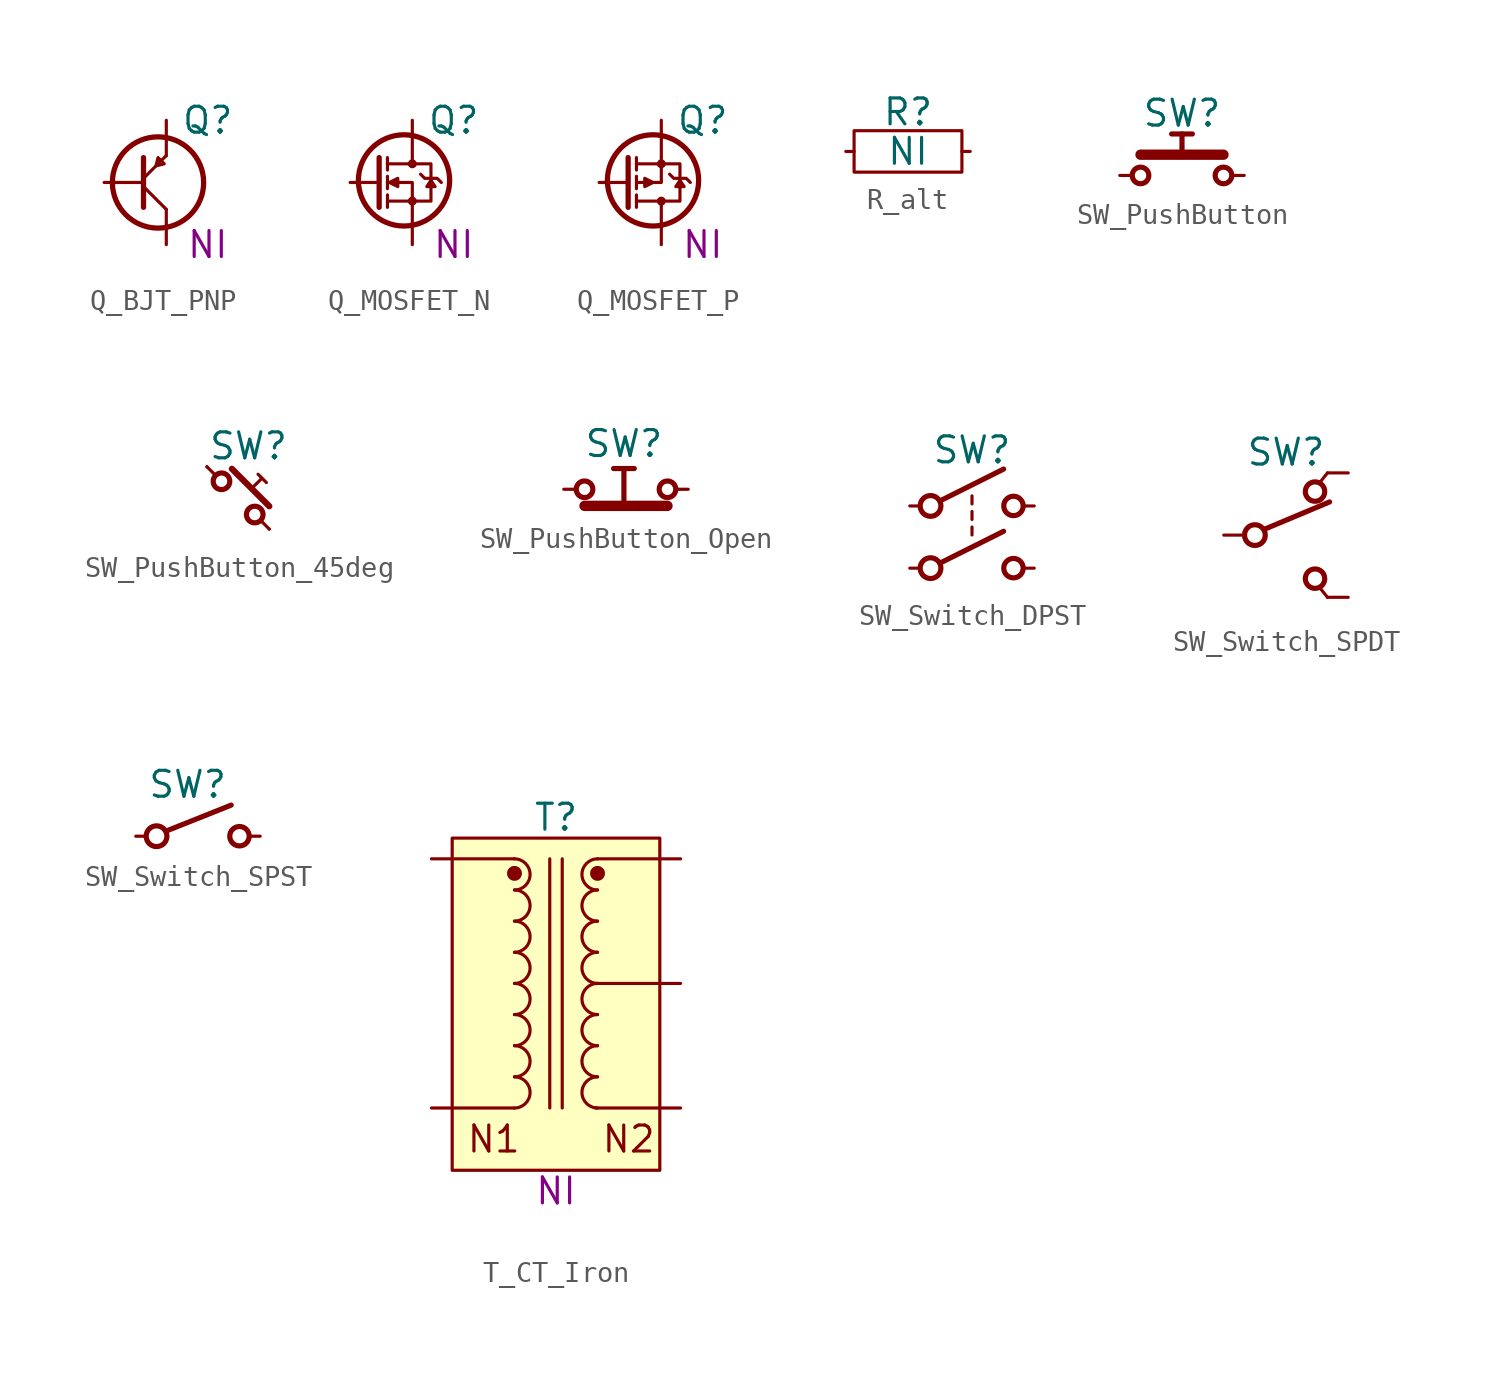
<source format=kicad_sym>
(kicad_symbol_lib
  (version 20241209)
  (generator "kicad_symbol_editor")
  (generator_version "9.0")
  (symbol "Q_BJT_PNP"
    (pin_numbers
      (hide yes))
    (pin_names
      (offset 0)
      (hide yes))
    (property "Reference" "Q"
      (at 5 3 0)
      (do_not_autoplace)
      (effects (font (size 1.25 1.25))))
    (property "Part#" "NI"
      (at 5 -3 0)
      (do_not_autoplace)
      (effects (font (size 1.25 1.25))))
    (symbol "Q_BJT_PNP_0_1"
      (polyline (pts (xy 1.9 0.2) (xy 3 1.3)) (stroke (width 0) (type default)) (fill (type none)))
      (polyline (pts (xy 1.9 -0.2) (xy 3 -1.3)) (stroke (width 0) (type default)) (fill (type none)))
      (polyline (pts (xy 1.9 -1.2) (xy 1.9 1.2)) (stroke (width 0.254) (type default)) (fill (type none)))
      (circle (center 2.6 0) (radius 2.202) (stroke (width 0.254) (type default)) (fill (type none)))
      (polyline (pts (xy 2.9 0.9) (xy 2.6 1.2) (xy 2.5 0.8) (xy 2.9 0.9)) (stroke (width 0) (type default)) (fill (type outline))))
    (symbol "Q_BJT_PNP_1_1"
      (pin input line (at 0 0 0) (length 1.9) (name "B" (effects (font (size 1.25 1.25)))) (number "B" (effects (font (size 1.25 1.25)))))
      (pin passive line (at 3 3 270) (length 1.7) (name "E" (effects (font (size 1.25 1.25)))) (number "E" (effects (font (size 1.25 1.25)))))
      (pin passive line (at 3 -3 90) (length 1.7) (name "C" (effects (font (size 1.25 1.25)))) (number "C" (effects (font (size 1.25 1.25)))))))
  (symbol "Q_MOSFET_N"
    (pin_numbers
      (hide yes))
    (pin_names
      (offset 0)
      (hide yes))
    (property "Reference" "Q"
      (at 5 3 0)
      (do_not_autoplace)
      (effects (font (size 1.25 1.25))))
    (property "Part#" "NI"
      (at 5 -3 0)
      (do_not_autoplace)
      (effects (font (size 1.25 1.25))))
    (symbol "Q_MOSFET_N_0_1"
      (polyline (pts (xy 1.4 1.2) (xy 1.4 -1.2)) (stroke (width 0.254) (type default)) (fill (type none)))
      (polyline (pts (xy 1.8 -0.9) (xy 3.9 -0.9) (xy 3.9 0.9) (xy 1.8 0.9)) (stroke (width 0) (type default)) (fill (type none)))
      (polyline (pts (xy 1.9 0) (xy 2.3 0.2) (xy 2.3 -0.2) (xy 1.9 0)) (stroke (width 0) (type default)) (fill (type outline)))
      (circle (center 2.6 0.1) (radius 2.202) (stroke (width 0.254) (type default)) (fill (type none)))
      (circle (center 3 0.9) (radius 0.141) (stroke (width 0) (type default)) (fill (type outline)))
      (polyline (pts (xy 3 -0.9) (xy 3 0) (xy 1.8 0)) (stroke (width 0) (type default)) (fill (type none)))
      (circle (center 3 -0.9) (radius 0.141) (stroke (width 0) (type default)) (fill (type outline)))
      (polyline (pts (xy 3.4 0.4) (xy 3.6 0.2) (xy 4.2 0.2) (xy 4.4 0)) (stroke (width 0) (type default)) (fill (type none))))
    (symbol "Q_MOSFET_N_1_1"
      (polyline (pts (xy 1.8 1.2) (xy 1.8 0.6)) (stroke (width 0) (type default)) (fill (type none)))
      (polyline (pts (xy 1.8 0.3) (xy 1.8 -0.3)) (stroke (width 0) (type default)) (fill (type none)))
      (polyline (pts (xy 1.8 -0.6) (xy 1.8 -1.2)) (stroke (width 0) (type default)) (fill (type none)))
      (polyline (pts (xy 3.9 0.1) (xy 3.7 -0.2) (xy 4.1 -0.2) (xy 3.9 0.1)) (stroke (width 0) (type default)) (fill (type outline)))
      (pin input line (at 0 0 0) (length 1.4) (name "G" (effects (font (size 1.25 1.25)))) (number "G" (effects (font (size 1.25 1.25)))))
      (pin passive line (at 3 3 270) (length 2.1) (name "D" (effects (font (size 1.25 1.25)))) (number "D" (effects (font (size 1.25 1.25)))))
      (pin passive line (at 3 -3 90) (length 2.1) (name "S" (effects (font (size 1.25 1.25)))) (number "S" (effects (font (size 1.25 1.25)))))))
  (symbol "Q_MOSFET_P"
    (pin_numbers
      (hide yes))
    (pin_names
      (offset 0)
      (hide yes))
    (property "Reference" "Q"
      (at 5 3 0)
      (do_not_autoplace)
      (effects (font (size 1.25 1.25))))
    (property "Part#" "NI"
      (at 5 -3 0)
      (do_not_autoplace)
      (effects (font (size 1.25 1.25))))
    (symbol "Q_MOSFET_P_0_1"
      (polyline (pts (xy 1.4 1.2) (xy 1.4 -1.2)) (stroke (width 0.254) (type default)) (fill (type none)))
      (polyline (pts (xy 1.8 -0.9) (xy 3.9 -0.9) (xy 3.9 0.9) (xy 1.8 0.9)) (stroke (width 0) (type default)) (fill (type none)))
      (circle (center 2.6 0.1) (radius 2.202) (stroke (width 0.254) (type default)) (fill (type none)))
      (polyline (pts (xy 2.6 0) (xy 2.2 0.2) (xy 2.2 -0.2) (xy 2.6 0)) (stroke (width 0) (type default)) (fill (type outline)))
      (polyline (pts (xy 3 0.9) (xy 3 0) (xy 1.8 0)) (stroke (width 0) (type default)) (fill (type none)))
      (circle (center 3 0.9) (radius 0.141) (stroke (width 0) (type default)) (fill (type outline)))
      (circle (center 3 -0.9) (radius 0.141) (stroke (width 0) (type default)) (fill (type outline)))
      (polyline (pts (xy 3.4 0.4) (xy 3.6 0.2) (xy 4.2 0.2) (xy 4.4 0)) (stroke (width 0) (type default)) (fill (type none))))
    (symbol "Q_MOSFET_P_1_1"
      (polyline (pts (xy 1.8 1.2) (xy 1.8 0.6)) (stroke (width 0) (type default)) (fill (type none)))
      (polyline (pts (xy 1.8 0.3) (xy 1.8 -0.3)) (stroke (width 0) (type default)) (fill (type none)))
      (polyline (pts (xy 1.8 -0.6) (xy 1.8 -1.2)) (stroke (width 0) (type default)) (fill (type none)))
      (polyline (pts (xy 3.9 0.1) (xy 3.7 -0.2) (xy 4.1 -0.2) (xy 3.9 0.1)) (stroke (width 0) (type default)) (fill (type outline)))
      (pin input line (at 0 0 0) (length 1.4) (name "G" (effects (font (size 1.25 1.25)))) (number "G" (effects (font (size 1.25 1.25)))))
      (pin passive line (at 3 3 270) (length 2.1) (name "S" (effects (font (size 1.25 1.25)))) (number "S" (effects (font (size 1.25 1.25)))))
      (pin passive line (at 3 -3 90) (length 2.1) (name "D" (effects (font (size 1.25 1.25)))) (number "D" (effects (font (size 1.25 1.25)))))))
  (symbol "R_alt"
    (pin_numbers
      (hide yes))
    (pin_names
      (offset 0)
      (hide yes))
    (property "Reference" "R"
      (at 3 1.9 0)
      (do_not_autoplace)
      (effects (font (size 1.25 1.25))))
    (property "Value" "NI"
      (at 3 0 0)
      (do_not_autoplace)
      (effects (font (size 1.25 1.25))))
    (symbol "R_alt_0_0"
      (rectangle (start 0.4 1) (end 5.6 -1) (stroke (width 0) (type default)) (fill (type none))))
    (symbol "R_alt_1_1"
      (pin passive line (at 0 0 0) (length 0.4) (name "1" (effects (font (size 1.25 1.25)))) (number "1" (effects (font (size 1.25 1.25)))))
      (pin passive line (at 6 0 180) (length 0.4) (name "1" (effects (font (size 1.25 1.25)))) (number "2" (effects (font (size 1.25 1.25)))))))
  (symbol "SW_PushButton"
    (pin_numbers
      (hide yes))
    (pin_names
      (offset 0)
      (hide yes))
    (property "Reference" "SW"
      (at 3 3 0)
      (do_not_autoplace)
      (effects (font (size 1.25 1.25))))
    (symbol "SW_PushButton_1_1"
      (circle (center 1 0) (radius 0.4) (stroke (width 0.25) (type default)) (fill (type none)))
      (polyline (pts (xy 3 1) (xy 3 2)) (stroke (width 0.25) (type default)) (fill (type none)))
      (polyline (pts (xy 3.5 2) (xy 2.5 2)) (stroke (width 0.25) (type default)) (fill (type none)))
      (polyline (pts (xy 5 1) (xy 1 1)) (stroke (width 0.5) (type default)) (fill (type none)))
      (circle (center 5 0) (radius 0.4) (stroke (width 0.25) (type default)) (fill (type none)))
      (pin passive line (at 0 0 0) (length 0.6) (name "1" (effects (font (size 1.25 1.25)))) (number "1" (effects (font (size 1.25 1.25)))))
      (pin passive line (at 6 0 180) (length 0.6) (name "2" (effects (font (size 1.25 1.25)))) (number "2" (effects (font (size 1.25 1.25)))))))
  (symbol "SW_PushButton_45deg"
    (pin_numbers
      (hide yes))
    (pin_names
      (offset 0)
      (hide yes))
    (property "Reference" "SW"
      (at 2 1 0)
      (do_not_autoplace)
      (effects (font (size 1.25 1.25))))
    (symbol "SW_PushButton_45deg_0_1"
      (polyline (pts (xy 0 0) (xy 0.4 -0.4)) (stroke (width 0) (type default)) (fill (type none)))
      (polyline (pts (xy 2.2 -1) (xy 2.6 -0.6)) (stroke (width 0) (type default)) (fill (type none)))
      (polyline (pts (xy 2.46 -0.36) (xy 2.86 -0.76)) (stroke (width 0) (type default)) (fill (type none)))
      (polyline (pts (xy 3 -3) (xy 2.6 -2.6)) (stroke (width 0) (type default)) (fill (type none)))
      (pin passive line (at 0 0 0) (length 0) (name "1" (effects (font (size 1.25 1.25)))) (number "1" (effects (font (size 1.25 1.25))))))
    (symbol "SW_PushButton_45deg_1_1"
      (circle (center 0.7 -0.7) (radius 0.4) (stroke (width 0.25) (type default)) (fill (type none)))
      (polyline (pts (xy 1.2 -0.1) (xy 3 -1.9)) (stroke (width 0.3) (type default)) (fill (type none)))
      (circle (center 2.3 -2.3) (radius 0.4) (stroke (width 0.25) (type default)) (fill (type none)))
      (pin passive line (at 3 -3 180) (length 0) (name "2" (effects (font (size 1.25 1.25)))) (number "2" (effects (font (size 1.25 1.25)))))))
  (symbol "SW_PushButton_Open"
    (pin_numbers
      (hide yes))
    (pin_names
      (offset 1.016)
      (hide yes))
    (property "Reference" "SW"
      (at 2.9 2.2 0)
      (do_not_autoplace)
      (effects (font (size 1.25 1.25))))
    (property "Part#" ""
      (at 0 0 0)
      (effects (font (size 1.25 1.25))))
    (property "Comments" ""
      (at 0 0 0)
      (effects (font (size 1.25 1.25))))
    (symbol "SW_PushButton_Open_1_1"
      (circle (center 1 0) (radius 0.4) (stroke (width 0.25) (type default)) (fill (type none)))
      (polyline (pts (xy 2.9 -0.8) (xy 2.9 1)) (stroke (width 0.25) (type default)) (fill (type none)))
      (polyline (pts (xy 3.4 1) (xy 2.4 1)) (stroke (width 0.25) (type default)) (fill (type none)))
      (circle (center 5 0) (radius 0.4) (stroke (width 0.25) (type default)) (fill (type none)))
      (polyline (pts (xy 5 -0.8) (xy 1 -0.8)) (stroke (width 0.5) (type default)) (fill (type none)))
      (pin passive line (at 0 0 0) (length 0.6) (name "1" (effects (font (size 1.25 1.25)))) (number "1" (effects (font (size 1.25 1.25)))))
      (pin passive line (at 6 0 180) (length 0.6) (name "2" (effects (font (size 1.25 1.25)))) (number "2" (effects (font (size 1.25 1.25)))))))
  (symbol "SW_Switch_DPST"
    (pin_numbers
      (hide yes))
    (pin_names
      (offset 0)
      (hide yes))
    (property "Reference" "SW"
      (at 3 2.7 0)
      (do_not_autoplace)
      (effects (font (size 1.25 1.25))))
    (symbol "SW_Switch_DPST_0_0"
      (polyline (pts (xy 3 0.1) (xy 3 0.485)) (stroke (width 0) (type default)) (fill (type none)))
      (polyline (pts (xy 3 -0.65) (xy 3 -0.265)) (stroke (width 0) (type default)) (fill (type none)))
      (polyline (pts (xy 3 -1.4) (xy 3 -1.015)) (stroke (width 0) (type default)) (fill (type none))))
    (symbol "SW_Switch_DPST_1_0"
      (circle (center 1 0) (radius 0.5) (stroke (width 0.25) (type default)) (fill (type none)))
      (circle (center 1 -3) (radius 0.5) (stroke (width 0.25) (type default)) (fill (type none)))
      (polyline (pts (xy 1.476 0.254) (xy 4.524 1.778)) (stroke (width 0.25) (type default)) (fill (type none)))
      (polyline (pts (xy 1.476 -2.746) (xy 4.524 -1.222)) (stroke (width 0.25) (type default)) (fill (type none)))
      (circle (center 5 0) (radius 0.468) (stroke (width 0.25) (type default)) (fill (type none)))
      (circle (center 5 -3) (radius 0.468) (stroke (width 0.25) (type default)) (fill (type none))))
    (symbol "SW_Switch_DPST_1_1"
      (pin passive line (at 0 0 0) (length 0.5) (name "A" (effects (font (size 1.25 1.25)))) (number "1" (effects (font (size 1.25 1.25)))))
      (pin passive line (at 0 -3 0) (length 0.5) (name "C" (effects (font (size 1.25 1.25)))) (number "3" (effects (font (size 1.25 1.25)))))
      (pin passive line (at 6 0 180) (length 0.5) (name "B" (effects (font (size 1.25 1.25)))) (number "2" (effects (font (size 1.25 1.25)))))
      (pin passive line (at 6 -3 180) (length 0.5) (name "D" (effects (font (size 1.25 1.25)))) (number "4" (effects (font (size 1.25 1.25)))))))
  (symbol "SW_Switch_SPDT"
    (pin_numbers
      (hide yes))
    (pin_names
      (offset 0)
      (hide yes))
    (property "Reference" "SW"
      (at 3 4 0)
      (do_not_autoplace)
      (effects (font (size 1.25 1.25))))
    (symbol "SW_Switch_SPDT_0_0"
      (polyline (pts (xy 5 3) (xy 4.6 2.5)) (stroke (width 0) (type default)) (fill (type none)))
      (polyline (pts (xy 5 -3) (xy 4.6 -2.5)) (stroke (width 0) (type default)) (fill (type none))))
    (symbol "SW_Switch_SPDT_1_0"
      (circle (center 1.5 0) (radius 0.5) (stroke (width 0.25) (type default)) (fill (type none)))
      (polyline (pts (xy 2 0.3) (xy 5.1 1.6)) (stroke (width 0.25) (type default)) (fill (type none)))
      (circle (center 4.4 2.1) (radius 0.468) (stroke (width 0.25) (type default)) (fill (type none)))
      (circle (center 4.4 -2.1) (radius 0.468) (stroke (width 0.25) (type default)) (fill (type none))))
    (symbol "SW_Switch_SPDT_1_1"
      (pin passive line (at 0 0 0) (length 1) (name "B" (effects (font (size 1.25 1.25)))) (number "2" (effects (font (size 1.25 1.25)))))
      (pin passive line (at 6 3 180) (length 1) (name "A" (effects (font (size 1.25 1.25)))) (number "1" (effects (font (size 1.25 1.25)))))
      (pin passive line (at 6 -3 180) (length 1) (name "C" (effects (font (size 1.25 1.25)))) (number "3" (effects (font (size 1.25 1.25)))))))
  (symbol "SW_Switch_SPST"
    (pin_numbers
      (hide yes))
    (pin_names
      (offset 0)
      (hide yes))
    (property "Reference" "SW"
      (at 2.5 2.5 0)
      (do_not_autoplace)
      (effects (font (size 1.25 1.25))))
    (symbol "SW_Switch_SPST_1_0"
      (circle (center 1 0) (radius 0.5) (stroke (width 0.25) (type default)) (fill (type none)))
      (polyline (pts (xy 1.476 0.254) (xy 4.6 1.5)) (stroke (width 0.25) (type default)) (fill (type none)))
      (circle (center 5 0) (radius 0.468) (stroke (width 0.25) (type default)) (fill (type none))))
    (symbol "SW_Switch_SPST_1_1"
      (pin passive line (at 0 0 0) (length 0.5) (name "A" (effects (font (size 1.25 1.25)))) (number "1" (effects (font (size 1.25 1.25)))))
      (pin passive line (at 6 0 180) (length 0.5) (name "B" (effects (font (size 1.25 1.25)))) (number "2" (effects (font (size 1.25 1.25)))))))
  (symbol "T_CT_Iron"
    (pin_numbers
      (hide yes))
    (pin_names
      (offset 0)
      (hide yes))
    (property "Reference" "T"
      (at 6 2 0)
      (do_not_autoplace)
      (effects (font (size 1.25 1.25))))
    (property "Part#" "NI"
      (at 6 -16 0)
      (do_not_autoplace)
      (effects (font (size 1.25 1.25))))
    (symbol "T_CT_Iron_0_1"
      (polyline (pts (xy 1 0) (xy 4 0)) (stroke (width 0) (type default)) (fill (type none)))
      (polyline (pts (xy 1 -12) (xy 4 -12)) (stroke (width 0) (type default)) (fill (type none)))
      (arc (start 4 0) (mid 4.75 -0.75) (end 4 -1.5) (stroke (width 0) (type default)) (fill (type none)))
      (arc (start 4 -1.5) (mid 4.75 -2.25) (end 4 -3) (stroke (width 0) (type default)) (fill (type none)))
      (arc (start 4 -3) (mid 4.75 -3.75) (end 4 -4.5) (stroke (width 0) (type default)) (fill (type none)))
      (arc (start 4 -4.5) (mid 4.75 -5.25) (end 4 -6) (stroke (width 0) (type default)) (fill (type none)))
      (arc (start 4 -6) (mid 4.75 -6.75) (end 4 -7.5) (stroke (width 0) (type default)) (fill (type none)))
      (arc (start 4 -7.5) (mid 4.75 -8.25) (end 4 -9) (stroke (width 0) (type default)) (fill (type none)))
      (arc (start 4 -9) (mid 4.75 -9.75) (end 4 -10.5) (stroke (width 0) (type default)) (fill (type none)))
      (arc (start 4 -10.5) (mid 4.75 -11.25) (end 4 -12) (stroke (width 0) (type default)) (fill (type none)))
      (polyline (pts (xy 5.7 0) (xy 5.7 -12)) (stroke (width 0) (type default)) (fill (type none)))
      (polyline (pts (xy 6.3 0) (xy 6.3 -12)) (stroke (width 0) (type default)) (fill (type none)))
      (polyline (pts (xy 7.9 -12) (xy 11 -12)) (stroke (width 0) (type default)) (fill (type none)))
      (polyline (pts (xy 8 0) (xy 11 0)) (stroke (width 0) (type default)) (fill (type none)))
      (arc (start 8 -1.5) (mid 7.25 -0.75) (end 8 0) (stroke (width 0) (type default)) (fill (type none)))
      (arc (start 8 -3) (mid 7.25 -2.25) (end 8 -1.5) (stroke (width 0) (type default)) (fill (type none)))
      (arc (start 8 -4.5) (mid 7.25 -3.75) (end 8 -3) (stroke (width 0) (type default)) (fill (type none)))
      (arc (start 8 -6) (mid 7.25 -5.25) (end 8 -4.5) (stroke (width 0) (type default)) (fill (type none)))
      (polyline (pts (xy 8 -6) (xy 11 -6)) (stroke (width 0) (type default)) (fill (type none)))
      (arc (start 8 -7.5) (mid 7.25 -6.75) (end 8 -6) (stroke (width 0) (type default)) (fill (type none)))
      (arc (start 8 -9) (mid 7.25 -8.25) (end 8 -7.5) (stroke (width 0) (type default)) (fill (type none)))
      (arc (start 8 -10.5) (mid 7.25 -9.75) (end 8 -9) (stroke (width 0) (type default)) (fill (type none)))
      (arc (start 8 -12) (mid 7.25 -11.25) (end 8 -10.5) (stroke (width 0) (type default)) (fill (type none))))
    (symbol "T_CT_Iron_1_1"
      (rectangle (start 1 1) (end 11 -15) (stroke (width 0) (type default)) (fill (type background)))
      (circle (center 4 -0.7) (radius 0.283) (stroke (width 0) (type default)) (fill (type outline)))
      (circle (center 8 -0.7) (radius 0.283) (stroke (width 0) (type default)) (fill (type outline)))
      (text "N1" (at 3 -13.5 0) (effects (font (size 1.25 1.25))))
      (text "N2" (at 9.5 -13.5 0) (effects (font (size 1.25 1.25))))
      (pin passive line (at 0 0 0) (length 1) (name "N1-1" (effects (font (size 1.25 1.25)))) (number "N1-1" (effects (font (size 1.25 1.25)))))
      (pin passive line (at 0 -12 0) (length 1) (name "N1-2" (effects (font (size 1.25 1.25)))) (number "N1-2" (effects (font (size 1.25 1.25)))))
      (pin passive line (at 12 0 180) (length 1) (name "N2-1" (effects (font (size 1.25 1.25)))) (number "N2-1" (effects (font (size 1.25 1.25)))))
      (pin passive line (at 12 -6 180) (length 1) (name "N2-CT" (effects (font (size 1.25 1.25)))) (number "N2-CT" (effects (font (size 1.25 1.25)))))
      (pin passive line (at 12 -12 180) (length 1) (name "N2-2" (effects (font (size 1.25 1.25)))) (number "N2-2" (effects (font (size 1.25 1.25))))))))
</source>
